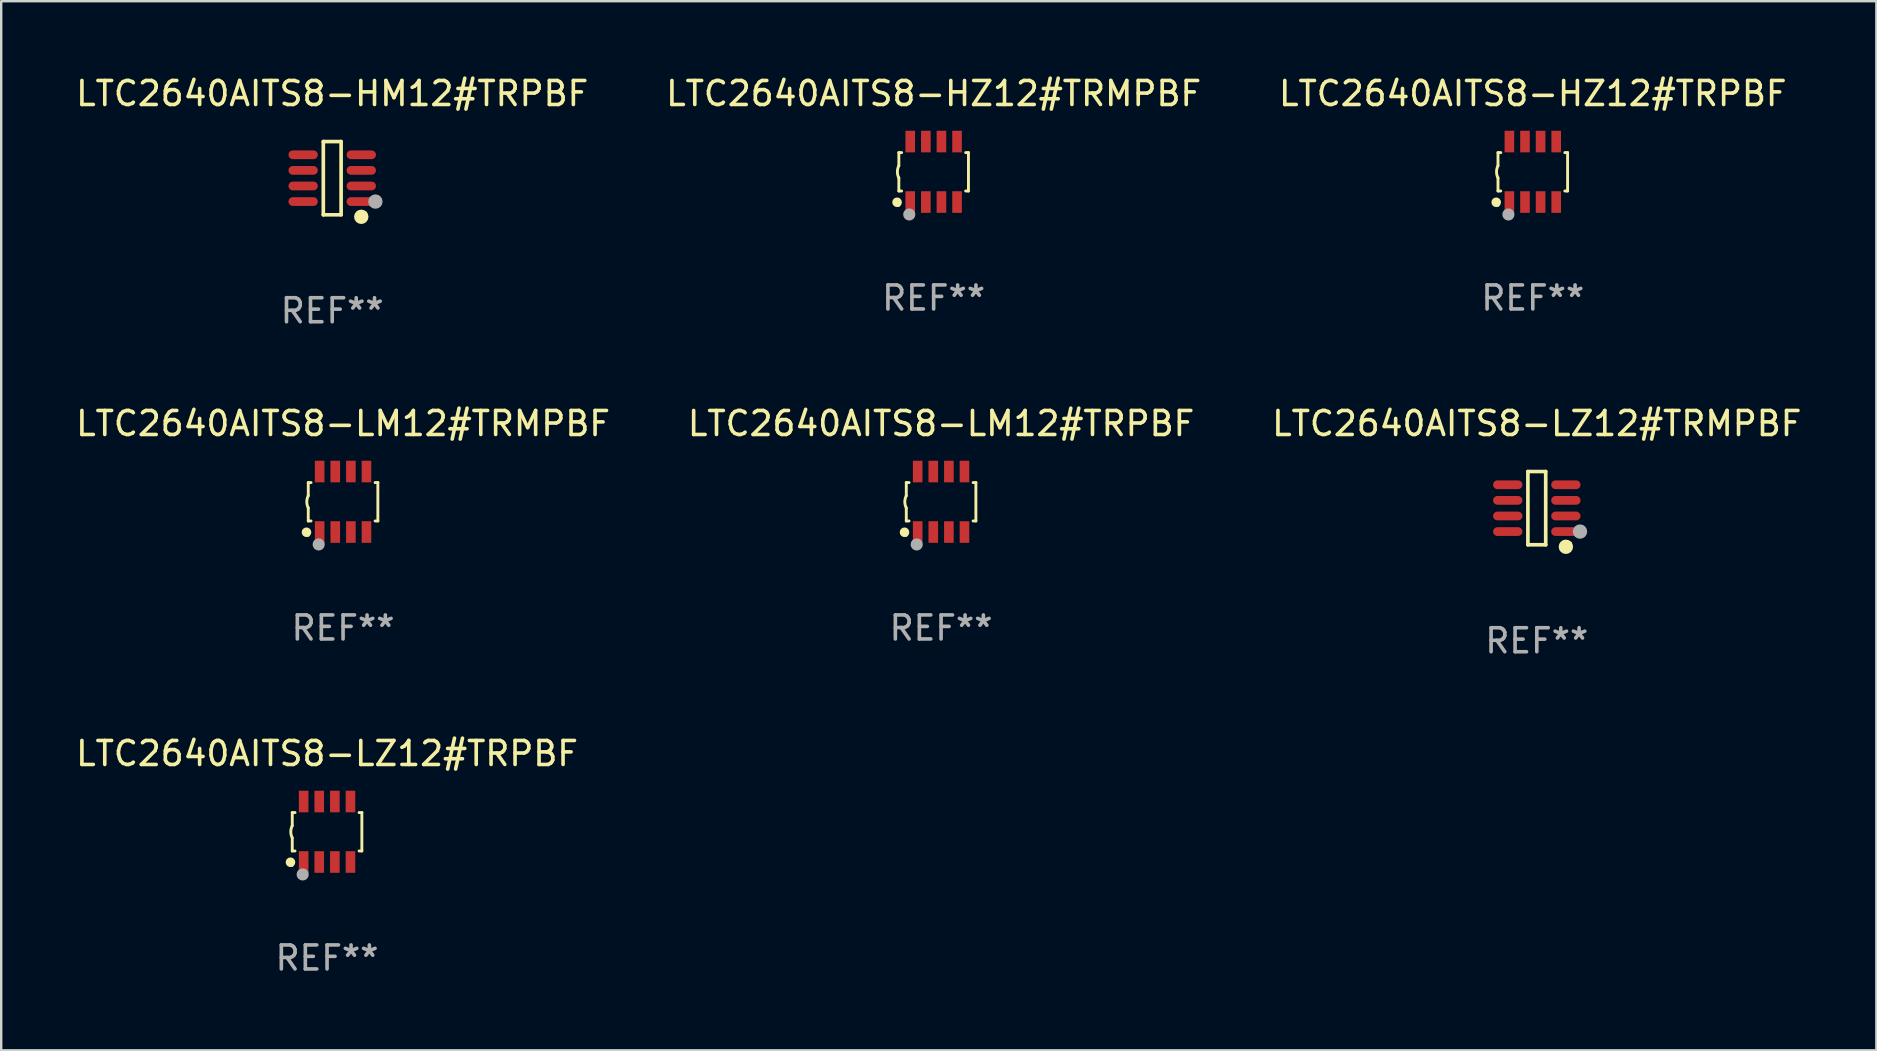
<source format=kicad_pcb>
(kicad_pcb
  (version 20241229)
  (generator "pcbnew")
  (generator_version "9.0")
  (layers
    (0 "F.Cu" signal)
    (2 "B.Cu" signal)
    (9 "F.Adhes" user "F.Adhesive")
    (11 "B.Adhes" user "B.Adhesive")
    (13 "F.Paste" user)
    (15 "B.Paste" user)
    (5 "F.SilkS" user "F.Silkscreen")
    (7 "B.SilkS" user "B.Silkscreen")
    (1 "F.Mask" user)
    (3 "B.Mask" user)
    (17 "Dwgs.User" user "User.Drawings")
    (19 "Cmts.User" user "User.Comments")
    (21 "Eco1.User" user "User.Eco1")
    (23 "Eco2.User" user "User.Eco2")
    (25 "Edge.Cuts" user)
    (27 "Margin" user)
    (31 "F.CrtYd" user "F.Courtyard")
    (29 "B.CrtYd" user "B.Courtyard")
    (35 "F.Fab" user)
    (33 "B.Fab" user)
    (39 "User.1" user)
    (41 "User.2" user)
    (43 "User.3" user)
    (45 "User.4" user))
  (footprint "LTC2640AITS8-LM12#TRPBF"
    (layer "F.Cu")
    (at 36.161 17.857)
    (property "Reference" "LTC2640AITS8-LM12#TRPBF" (at 0 -3.26 0) (layer "F.SilkS") (effects (font (size 1 1) (thickness 0.15))))
    (attr through_hole)
    (fp_line (start -1.45 -0.8) (end -1.45 -0.254) (stroke (width 0.12) (type solid)) (layer "F.SilkS"))
    (fp_line (start -1.45 -0.8) (end -1.334 -0.8) (stroke (width 0.12) (type solid)) (layer "F.SilkS"))
    (fp_line (start -1.45 0.8) (end -1.45 0.254) (stroke (width 0.12) (type solid)) (layer "F.SilkS"))
    (fp_line (start -1.45 0.8) (end -1.334 0.8) (stroke (width 0.12) (type solid)) (layer "F.SilkS"))
    (fp_line (start 1.334 -0.8) (end 1.45 -0.8) (stroke (width 0.12) (type solid)) (layer "F.SilkS"))
    (fp_line (start 1.334 0.8) (end 1.45 0.8) (stroke (width 0.12) (type solid)) (layer "F.SilkS"))
    (fp_line (start 1.45 0.8) (end 1.45 -0.8) (stroke (width 0.12) (type solid)) (layer "F.SilkS"))
    (fp_arc (start -1.45075 0.255144) (mid -1.510605 0.000434) (end -1.450013 -0.254102) (stroke (width 0.11999) (type solid)) (layer "F.SilkS"))
    (fp_circle (center -1.524 1.27) (end -1.424 1.27) (stroke (width 0.2) (type solid)) (fill no) (layer "F.SilkS"))
    (fp_circle (center -1.45 1.4) (end -1.42 1.4) (stroke (width 0.06) (type solid)) (fill no) (layer "F.SilkS"))
    (fp_circle (center -1.016 1.778) (end -0.889 1.778) (stroke (width 0.254) (type solid)) (fill no) (layer "F.Fab"))
    (fp_text user "REF**" (at 0 5.26 0) (layer "F.Fab") (effects (font (size 1 1) (thickness 0.15))))
    (pad "1" smd rect (at -0.975 1.26) (size 0.4 0.9) (layers "F.Cu" "F.Mask" "F.Paste"))
    (pad "2" smd rect (at -0.325 1.26) (size 0.4 0.9) (layers "F.Cu" "F.Mask" "F.Paste"))
    (pad "3" smd rect (at 0.325 1.26) (size 0.4 0.9) (layers "F.Cu" "F.Mask" "F.Paste"))
    (pad "4" smd rect (at 0.975 1.26) (size 0.4 0.9) (layers "F.Cu" "F.Mask" "F.Paste"))
    (pad "5" smd rect (at 0.975 -1.26) (size 0.4 0.9) (layers "F.Cu" "F.Mask" "F.Paste"))
    (pad "6" smd rect (at 0.325 -1.26) (size 0.4 0.9) (layers "F.Cu" "F.Mask" "F.Paste"))
    (pad "7" smd rect (at -0.325 -1.26) (size 0.4 0.9) (layers "F.Cu" "F.Mask" "F.Paste"))
    (pad "8" smd rect (at -0.975 -1.26) (size 0.4 0.9) (layers "F.Cu" "F.Mask" "F.Paste")))
  (footprint "LTC2640AITS8-LM12#TRMPBF"
    (layer "F.Cu")
    (at 11.244 17.857)
    (property "Reference" "LTC2640AITS8-LM12#TRMPBF" (at 0 -3.26 0) (layer "F.SilkS") (effects (font (size 1 1) (thickness 0.15))))
    (attr through_hole)
    (fp_line (start -1.45 -0.8) (end -1.45 -0.254) (stroke (width 0.12) (type solid)) (layer "F.SilkS"))
    (fp_line (start -1.45 -0.8) (end -1.334 -0.8) (stroke (width 0.12) (type solid)) (layer "F.SilkS"))
    (fp_line (start -1.45 0.8) (end -1.45 0.254) (stroke (width 0.12) (type solid)) (layer "F.SilkS"))
    (fp_line (start -1.45 0.8) (end -1.334 0.8) (stroke (width 0.12) (type solid)) (layer "F.SilkS"))
    (fp_line (start 1.334 -0.8) (end 1.45 -0.8) (stroke (width 0.12) (type solid)) (layer "F.SilkS"))
    (fp_line (start 1.334 0.8) (end 1.45 0.8) (stroke (width 0.12) (type solid)) (layer "F.SilkS"))
    (fp_line (start 1.45 0.8) (end 1.45 -0.8) (stroke (width 0.12) (type solid)) (layer "F.SilkS"))
    (fp_arc (start -1.45075 0.255144) (mid -1.510605 0.000434) (end -1.450013 -0.254102) (stroke (width 0.11999) (type solid)) (layer "F.SilkS"))
    (fp_circle (center -1.524 1.27) (end -1.424 1.27) (stroke (width 0.2) (type solid)) (fill no) (layer "F.SilkS"))
    (fp_circle (center -1.45 1.4) (end -1.42 1.4) (stroke (width 0.06) (type solid)) (fill no) (layer "F.SilkS"))
    (fp_circle (center -1.016 1.778) (end -0.889 1.778) (stroke (width 0.254) (type solid)) (fill no) (layer "F.Fab"))
    (fp_text user "REF**" (at 0 5.26 0) (layer "F.Fab") (effects (font (size 1 1) (thickness 0.15))))
    (pad "1" smd rect (at -0.975 1.26) (size 0.4 0.9) (layers "F.Cu" "F.Mask" "F.Paste"))
    (pad "2" smd rect (at -0.325 1.26) (size 0.4 0.9) (layers "F.Cu" "F.Mask" "F.Paste"))
    (pad "3" smd rect (at 0.325 1.26) (size 0.4 0.9) (layers "F.Cu" "F.Mask" "F.Paste"))
    (pad "4" smd rect (at 0.975 1.26) (size 0.4 0.9) (layers "F.Cu" "F.Mask" "F.Paste"))
    (pad "5" smd rect (at 0.975 -1.26) (size 0.4 0.9) (layers "F.Cu" "F.Mask" "F.Paste"))
    (pad "6" smd rect (at 0.325 -1.26) (size 0.4 0.9) (layers "F.Cu" "F.Mask" "F.Paste"))
    (pad "7" smd rect (at -0.325 -1.26) (size 0.4 0.9) (layers "F.Cu" "F.Mask" "F.Paste"))
    (pad "8" smd rect (at -0.975 -1.26) (size 0.4 0.9) (layers "F.Cu" "F.Mask" "F.Paste")))
  (footprint "LTC2640AITS8-LZ12#TRMPBF"
    (layer "F.Cu")
    (at 60.982 18.123)
    (property "Reference" "LTC2640AITS8-LZ12#TRMPBF" (at 0 -3.526 0) (layer "F.SilkS") (effects (font (size 1 1) (thickness 0.15))))
    (attr through_hole)
    (fp_line (start -0.371 -1.526) (end 0.371 -1.526) (stroke (width 0.152) (type solid)) (layer "F.SilkS"))
    (fp_line (start -0.371 1.526) (end -0.371 -1.526) (stroke (width 0.152) (type solid)) (layer "F.SilkS"))
    (fp_line (start 0.371 -1.526) (end 0.371 1.526) (stroke (width 0.152) (type solid)) (layer "F.SilkS"))
    (fp_line (start 0.371 1.526) (end -0.371 1.526) (stroke (width 0.152) (type solid)) (layer "F.SilkS"))
    (fp_circle (center 1.211 1.609) (end 1.361 1.609) (stroke (width 0.3) (type solid)) (fill no) (layer "F.SilkS"))
    (fp_circle (center 1.4 1.45) (end 1.43 1.45) (stroke (width 0.06) (type solid)) (fill no) (layer "F.SilkS"))
    (fp_circle (center 1.8 0.975) (end 1.95 0.975) (stroke (width 0.3) (type solid)) (fill no) (layer "F.Fab"))
    (fp_text user "REF**" (at 0 5.526 0) (layer "F.Fab") (effects (font (size 1 1) (thickness 0.15))))
    (pad "1" smd oval (at 1.211 0.975) (size 1.222 0.364) (layers "F.Cu" "F.Mask" "F.Paste"))
    (pad "2" smd oval (at 1.211 0.325) (size 1.222 0.364) (layers "F.Cu" "F.Mask" "F.Paste"))
    (pad "3" smd oval (at 1.211 -0.325) (size 1.222 0.364) (layers "F.Cu" "F.Mask" "F.Paste"))
    (pad "4" smd oval (at 1.211 -0.975) (size 1.222 0.364) (layers "F.Cu" "F.Mask" "F.Paste"))
    (pad "5" smd oval (at -1.211 -0.975) (size 1.222 0.364) (layers "F.Cu" "F.Mask" "F.Paste"))
    (pad "6" smd oval (at -1.211 -0.325) (size 1.222 0.364) (layers "F.Cu" "F.Mask" "F.Paste"))
    (pad "7" smd oval (at -1.211 0.325) (size 1.222 0.364) (layers "F.Cu" "F.Mask" "F.Paste"))
    (pad "8" smd oval (at -1.211 0.975) (size 1.222 0.364) (layers "F.Cu" "F.Mask" "F.Paste")))
  (footprint "LTC2640AITS8-LZ12#TRPBF"
    (layer "F.Cu")
    (at 10.577 31.606)
    (property "Reference" "LTC2640AITS8-LZ12#TRPBF" (at 0 -3.26 0) (layer "F.SilkS") (effects (font (size 1 1) (thickness 0.15))))
    (attr through_hole)
    (fp_line (start -1.45 -0.8) (end -1.45 -0.254) (stroke (width 0.12) (type solid)) (layer "F.SilkS"))
    (fp_line (start -1.45 -0.8) (end -1.334 -0.8) (stroke (width 0.12) (type solid)) (layer "F.SilkS"))
    (fp_line (start -1.45 0.8) (end -1.45 0.254) (stroke (width 0.12) (type solid)) (layer "F.SilkS"))
    (fp_line (start -1.45 0.8) (end -1.334 0.8) (stroke (width 0.12) (type solid)) (layer "F.SilkS"))
    (fp_line (start 1.334 -0.8) (end 1.45 -0.8) (stroke (width 0.12) (type solid)) (layer "F.SilkS"))
    (fp_line (start 1.334 0.8) (end 1.45 0.8) (stroke (width 0.12) (type solid)) (layer "F.SilkS"))
    (fp_line (start 1.45 0.8) (end 1.45 -0.8) (stroke (width 0.12) (type solid)) (layer "F.SilkS"))
    (fp_arc (start -1.45075 0.255144) (mid -1.510605 0.000434) (end -1.450013 -0.254102) (stroke (width 0.11999) (type solid)) (layer "F.SilkS"))
    (fp_circle (center -1.524 1.27) (end -1.424 1.27) (stroke (width 0.2) (type solid)) (fill no) (layer "F.SilkS"))
    (fp_circle (center -1.45 1.4) (end -1.42 1.4) (stroke (width 0.06) (type solid)) (fill no) (layer "F.SilkS"))
    (fp_circle (center -1.016 1.778) (end -0.889 1.778) (stroke (width 0.254) (type solid)) (fill no) (layer "F.Fab"))
    (fp_text user "REF**" (at 0 5.26 0) (layer "F.Fab") (effects (font (size 1 1) (thickness 0.15))))
    (pad "1" smd rect (at -0.975 1.26) (size 0.4 0.9) (layers "F.Cu" "F.Mask" "F.Paste"))
    (pad "2" smd rect (at -0.325 1.26) (size 0.4 0.9) (layers "F.Cu" "F.Mask" "F.Paste"))
    (pad "3" smd rect (at 0.325 1.26) (size 0.4 0.9) (layers "F.Cu" "F.Mask" "F.Paste"))
    (pad "4" smd rect (at 0.975 1.26) (size 0.4 0.9) (layers "F.Cu" "F.Mask" "F.Paste"))
    (pad "5" smd rect (at 0.975 -1.26) (size 0.4 0.9) (layers "F.Cu" "F.Mask" "F.Paste"))
    (pad "6" smd rect (at 0.325 -1.26) (size 0.4 0.9) (layers "F.Cu" "F.Mask" "F.Paste"))
    (pad "7" smd rect (at -0.325 -1.26) (size 0.4 0.9) (layers "F.Cu" "F.Mask" "F.Paste"))
    (pad "8" smd rect (at -0.975 -1.26) (size 0.4 0.9) (layers "F.Cu" "F.Mask" "F.Paste")))
  (footprint "LTC2640AITS8-HZ12#TRPBF"
    (layer "F.Cu")
    (at 60.815 4.108)
    (property "Reference" "LTC2640AITS8-HZ12#TRPBF" (at 0 -3.26 0) (layer "F.SilkS") (effects (font (size 1 1) (thickness 0.15))))
    (attr through_hole)
    (fp_line (start -1.45 -0.8) (end -1.45 -0.254) (stroke (width 0.12) (type solid)) (layer "F.SilkS"))
    (fp_line (start -1.45 -0.8) (end -1.334 -0.8) (stroke (width 0.12) (type solid)) (layer "F.SilkS"))
    (fp_line (start -1.45 0.8) (end -1.45 0.254) (stroke (width 0.12) (type solid)) (layer "F.SilkS"))
    (fp_line (start -1.45 0.8) (end -1.334 0.8) (stroke (width 0.12) (type solid)) (layer "F.SilkS"))
    (fp_line (start 1.334 -0.8) (end 1.45 -0.8) (stroke (width 0.12) (type solid)) (layer "F.SilkS"))
    (fp_line (start 1.334 0.8) (end 1.45 0.8) (stroke (width 0.12) (type solid)) (layer "F.SilkS"))
    (fp_line (start 1.45 0.8) (end 1.45 -0.8) (stroke (width 0.12) (type solid)) (layer "F.SilkS"))
    (fp_arc (start -1.45075 0.255144) (mid -1.510605 0.000434) (end -1.450013 -0.254102) (stroke (width 0.11999) (type solid)) (layer "F.SilkS"))
    (fp_circle (center -1.524 1.27) (end -1.424 1.27) (stroke (width 0.2) (type solid)) (fill no) (layer "F.SilkS"))
    (fp_circle (center -1.45 1.4) (end -1.42 1.4) (stroke (width 0.06) (type solid)) (fill no) (layer "F.SilkS"))
    (fp_circle (center -1.016 1.778) (end -0.889 1.778) (stroke (width 0.254) (type solid)) (fill no) (layer "F.Fab"))
    (fp_text user "REF**" (at 0 5.26 0) (layer "F.Fab") (effects (font (size 1 1) (thickness 0.15))))
    (pad "1" smd rect (at -0.975 1.26) (size 0.4 0.9) (layers "F.Cu" "F.Mask" "F.Paste"))
    (pad "2" smd rect (at -0.325 1.26) (size 0.4 0.9) (layers "F.Cu" "F.Mask" "F.Paste"))
    (pad "3" smd rect (at 0.325 1.26) (size 0.4 0.9) (layers "F.Cu" "F.Mask" "F.Paste"))
    (pad "4" smd rect (at 0.975 1.26) (size 0.4 0.9) (layers "F.Cu" "F.Mask" "F.Paste"))
    (pad "5" smd rect (at 0.975 -1.26) (size 0.4 0.9) (layers "F.Cu" "F.Mask" "F.Paste"))
    (pad "6" smd rect (at 0.325 -1.26) (size 0.4 0.9) (layers "F.Cu" "F.Mask" "F.Paste"))
    (pad "7" smd rect (at -0.325 -1.26) (size 0.4 0.9) (layers "F.Cu" "F.Mask" "F.Paste"))
    (pad "8" smd rect (at -0.975 -1.26) (size 0.4 0.9) (layers "F.Cu" "F.Mask" "F.Paste")))
  (footprint "LTC2640AITS8-HM12#TRPBF"
    (layer "F.Cu")
    (at 10.792 4.374)
    (property "Reference" "LTC2640AITS8-HM12#TRPBF" (at 0 -3.526 0) (layer "F.SilkS") (effects (font (size 1 1) (thickness 0.15))))
    (attr through_hole)
    (fp_line (start -0.371 -1.526) (end 0.371 -1.526) (stroke (width 0.152) (type solid)) (layer "F.SilkS"))
    (fp_line (start -0.371 1.526) (end -0.371 -1.526) (stroke (width 0.152) (type solid)) (layer "F.SilkS"))
    (fp_line (start 0.371 -1.526) (end 0.371 1.526) (stroke (width 0.152) (type solid)) (layer "F.SilkS"))
    (fp_line (start 0.371 1.526) (end -0.371 1.526) (stroke (width 0.152) (type solid)) (layer "F.SilkS"))
    (fp_circle (center 1.211 1.609) (end 1.361 1.609) (stroke (width 0.3) (type solid)) (fill no) (layer "F.SilkS"))
    (fp_circle (center 1.4 1.45) (end 1.43 1.45) (stroke (width 0.06) (type solid)) (fill no) (layer "F.SilkS"))
    (fp_circle (center 1.8 0.975) (end 1.95 0.975) (stroke (width 0.3) (type solid)) (fill no) (layer "F.Fab"))
    (fp_text user "REF**" (at 0 5.526 0) (layer "F.Fab") (effects (font (size 1 1) (thickness 0.15))))
    (pad "1" smd oval (at 1.211 0.975) (size 1.222 0.364) (layers "F.Cu" "F.Mask" "F.Paste"))
    (pad "2" smd oval (at 1.211 0.325) (size 1.222 0.364) (layers "F.Cu" "F.Mask" "F.Paste"))
    (pad "3" smd oval (at 1.211 -0.325) (size 1.222 0.364) (layers "F.Cu" "F.Mask" "F.Paste"))
    (pad "4" smd oval (at 1.211 -0.975) (size 1.222 0.364) (layers "F.Cu" "F.Mask" "F.Paste"))
    (pad "5" smd oval (at -1.211 -0.975) (size 1.222 0.364) (layers "F.Cu" "F.Mask" "F.Paste"))
    (pad "6" smd oval (at -1.211 -0.325) (size 1.222 0.364) (layers "F.Cu" "F.Mask" "F.Paste"))
    (pad "7" smd oval (at -1.211 0.325) (size 1.222 0.364) (layers "F.Cu" "F.Mask" "F.Paste"))
    (pad "8" smd oval (at -1.211 0.975) (size 1.222 0.364) (layers "F.Cu" "F.Mask" "F.Paste")))
  (footprint "LTC2640AITS8-HZ12#TRMPBF"
    (layer "F.Cu")
    (at 35.851 4.108)
    (property "Reference" "LTC2640AITS8-HZ12#TRMPBF" (at 0 -3.26 0) (layer "F.SilkS") (effects (font (size 1 1) (thickness 0.15))))
    (attr through_hole)
    (fp_line (start -1.45 -0.8) (end -1.45 -0.254) (stroke (width 0.12) (type solid)) (layer "F.SilkS"))
    (fp_line (start -1.45 -0.8) (end -1.334 -0.8) (stroke (width 0.12) (type solid)) (layer "F.SilkS"))
    (fp_line (start -1.45 0.8) (end -1.45 0.254) (stroke (width 0.12) (type solid)) (layer "F.SilkS"))
    (fp_line (start -1.45 0.8) (end -1.334 0.8) (stroke (width 0.12) (type solid)) (layer "F.SilkS"))
    (fp_line (start 1.334 -0.8) (end 1.45 -0.8) (stroke (width 0.12) (type solid)) (layer "F.SilkS"))
    (fp_line (start 1.334 0.8) (end 1.45 0.8) (stroke (width 0.12) (type solid)) (layer "F.SilkS"))
    (fp_line (start 1.45 0.8) (end 1.45 -0.8) (stroke (width 0.12) (type solid)) (layer "F.SilkS"))
    (fp_arc (start -1.45075 0.255144) (mid -1.510605 0.000434) (end -1.450013 -0.254102) (stroke (width 0.11999) (type solid)) (layer "F.SilkS"))
    (fp_circle (center -1.524 1.27) (end -1.424 1.27) (stroke (width 0.2) (type solid)) (fill no) (layer "F.SilkS"))
    (fp_circle (center -1.45 1.4) (end -1.42 1.4) (stroke (width 0.06) (type solid)) (fill no) (layer "F.SilkS"))
    (fp_circle (center -1.016 1.778) (end -0.889 1.778) (stroke (width 0.254) (type solid)) (fill no) (layer "F.Fab"))
    (fp_text user "REF**" (at 0 5.26 0) (layer "F.Fab") (effects (font (size 1 1) (thickness 0.15))))
    (pad "1" smd rect (at -0.975 1.26) (size 0.4 0.9) (layers "F.Cu" "F.Mask" "F.Paste"))
    (pad "2" smd rect (at -0.325 1.26) (size 0.4 0.9) (layers "F.Cu" "F.Mask" "F.Paste"))
    (pad "3" smd rect (at 0.325 1.26) (size 0.4 0.9) (layers "F.Cu" "F.Mask" "F.Paste"))
    (pad "4" smd rect (at 0.975 1.26) (size 0.4 0.9) (layers "F.Cu" "F.Mask" "F.Paste"))
    (pad "5" smd rect (at 0.975 -1.26) (size 0.4 0.9) (layers "F.Cu" "F.Mask" "F.Paste"))
    (pad "6" smd rect (at 0.325 -1.26) (size 0.4 0.9) (layers "F.Cu" "F.Mask" "F.Paste"))
    (pad "7" smd rect (at -0.325 -1.26) (size 0.4 0.9) (layers "F.Cu" "F.Mask" "F.Paste"))
    (pad "8" smd rect (at -0.975 -1.26) (size 0.4 0.9) (layers "F.Cu" "F.Mask" "F.Paste")))
  (gr_rect
    (start -3 -3)
    (end 75.131 40.714)
    (stroke (width 0.1) (type default))
    (fill no)
    (layer "Edge.Cuts")))
</source>
